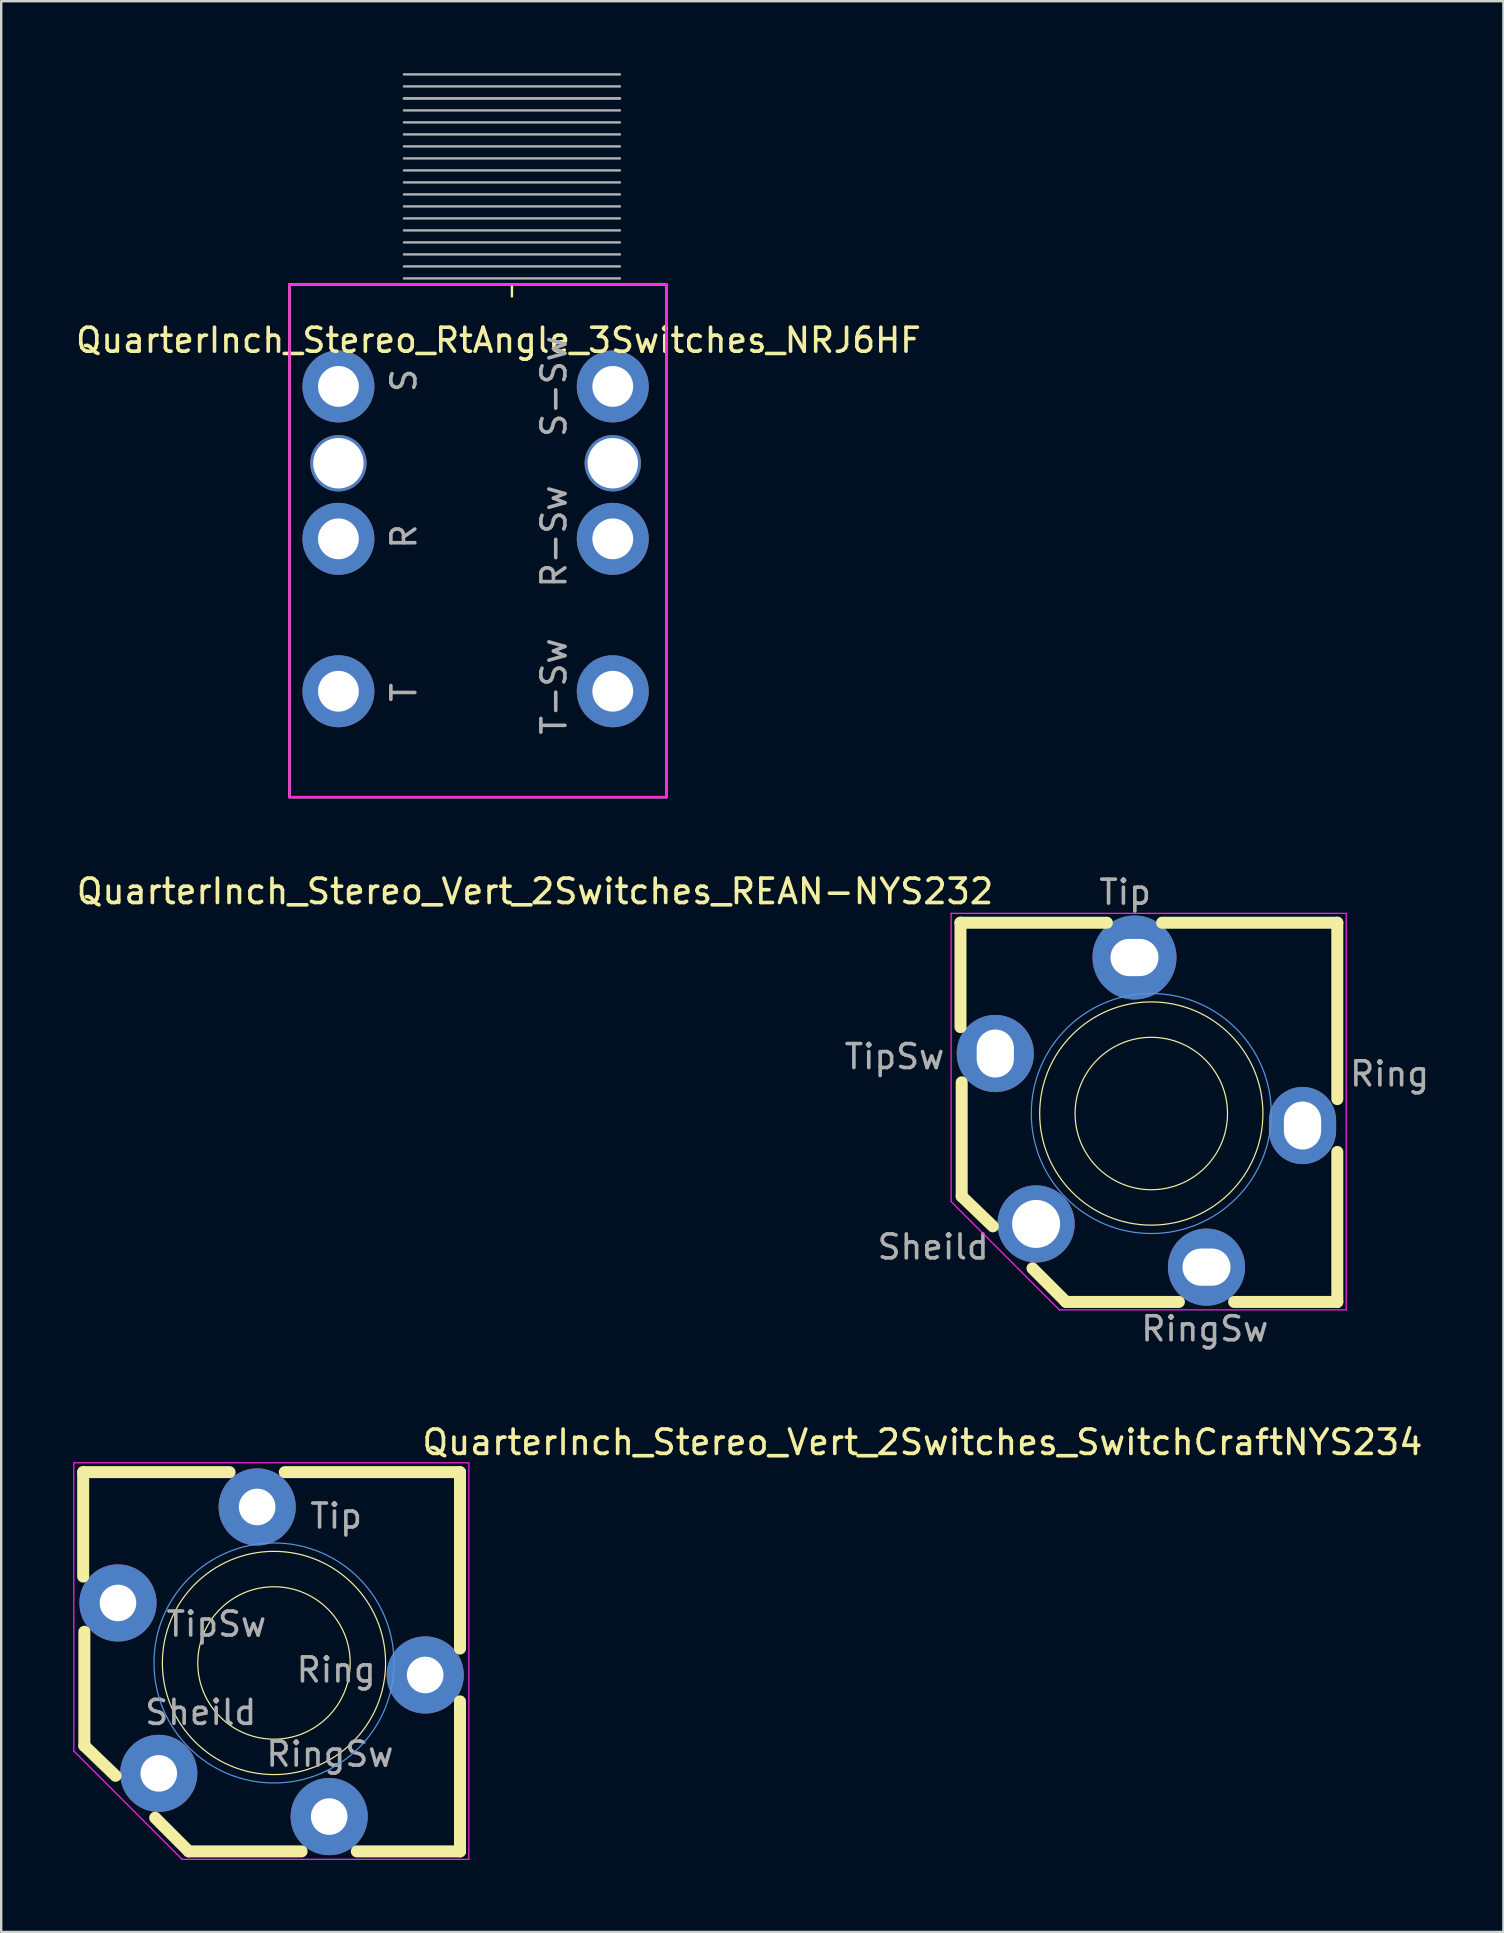
<source format=kicad_pcb>
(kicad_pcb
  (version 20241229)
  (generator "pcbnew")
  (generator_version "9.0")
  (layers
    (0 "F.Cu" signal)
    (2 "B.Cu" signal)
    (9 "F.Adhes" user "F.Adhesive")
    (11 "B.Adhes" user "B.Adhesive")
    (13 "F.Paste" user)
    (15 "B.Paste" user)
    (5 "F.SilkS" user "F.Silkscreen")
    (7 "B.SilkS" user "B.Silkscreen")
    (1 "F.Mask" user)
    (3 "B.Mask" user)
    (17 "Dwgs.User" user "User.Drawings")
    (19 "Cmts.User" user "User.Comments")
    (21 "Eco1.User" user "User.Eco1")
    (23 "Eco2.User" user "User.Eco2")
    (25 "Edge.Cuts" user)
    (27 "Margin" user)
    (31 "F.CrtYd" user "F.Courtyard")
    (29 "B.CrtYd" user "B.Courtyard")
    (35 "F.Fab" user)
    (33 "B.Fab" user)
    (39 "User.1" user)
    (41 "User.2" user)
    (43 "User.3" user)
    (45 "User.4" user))
  (footprint "QuarterInch_Stereo_Vert_2Switches_SwitchCraftNYS234"
    (layer "F.Cu")
    (at 8.365 66.235)
    (property "Reference" "QuarterInch_Stereo_Vert_2Switches_SwitchCraftNYS234" (at 6.09 -8.6 0) (layer "F.SilkS") (effects (font (size 1.016 1.016) (thickness 0.152)) (justify left bottom)))
    (attr through_hole)
    (fp_line (start -7.95 -7.95) (end -1.85 -7.95) (stroke (width 0.5) (type solid)) (layer "F.SilkS"))
    (fp_line (start -7.95 -3.6) (end -7.95 -7.95) (stroke (width 0.5) (type solid)) (layer "F.SilkS"))
    (fp_line (start -7.9 3.45) (end -7.9 -1.3) (stroke (width 0.5) (type solid)) (layer "F.SilkS"))
    (fp_line (start -6.6 4.7) (end -7.9 3.45) (stroke (width 0.5) (type solid)) (layer "F.SilkS"))
    (fp_line (start -3.55 7.85) (end -4.95 6.45) (stroke (width 0.5) (type solid)) (layer "F.SilkS"))
    (fp_line (start 0.45 -7.95) (end 7.75 -7.95) (stroke (width 0.5) (type solid)) (layer "F.SilkS"))
    (fp_line (start 1.15 7.85) (end -3.55 7.85) (stroke (width 0.5) (type solid)) (layer "F.SilkS"))
    (fp_line (start 7.75 -7.95) (end 7.75 -0.6) (stroke (width 0.5) (type solid)) (layer "F.SilkS"))
    (fp_line (start 7.75 1.6) (end 7.75 7.85) (stroke (width 0.5) (type solid)) (layer "F.SilkS"))
    (fp_line (start 7.75 7.85) (end 3.45 7.85) (stroke (width 0.5) (type solid)) (layer "F.SilkS"))
    (fp_circle (center 0 0) (end -4.65 0) (stroke (width 0.05) (type solid)) (fill no) (layer "F.SilkS"))
    (fp_circle (center 0 0) (end -3.175 0) (stroke (width 0.05) (type solid)) (fill no) (layer "F.SilkS"))
    (fp_circle (center 0 0) (end 0 -5) (stroke (width 0.05) (type solid)) (fill no) (layer "Cmts.User"))
    (fp_line (start -8.34 -8.34) (end 8.12 -8.34) (stroke (width 0.05) (type solid)) (layer "F.CrtYd"))
    (fp_line (start -8.34 3.67) (end -8.34 -8.32) (stroke (width 0.05) (type solid)) (layer "F.CrtYd"))
    (fp_line (start -3.83 8.18) (end -8.34 3.67) (stroke (width 0.05) (type solid)) (layer "F.CrtYd"))
    (fp_line (start 8.12 -8.34) (end 8.12 8.18) (stroke (width 0.05) (type solid)) (layer "F.CrtYd"))
    (fp_line (start 8.12 8.18) (end -3.83 8.18) (stroke (width 0.05) (type solid)) (layer "F.CrtYd"))
    (fp_text user "RingSw" (at -0.41 3.8 0) (layer "F.Fab") (effects (font (size 1 1) (thickness 0.15)) (justify left)))
    (fp_text user "Tip" (at 1.42 -6.12 180) (layer "F.Fab") (effects (font (size 1 1) (thickness 0.15)) (justify left)))
    (fp_text user "TipSw" (at -4.57 -1.62 0) (layer "F.Fab") (effects (font (size 1 1) (thickness 0.15)) (justify left)))
    (fp_text user "Ring" (at 0.85 0.29 0) (layer "F.Fab") (effects (font (size 1 1) (thickness 0.15)) (justify left)))
    (fp_text user "Sheild" (at -5.46 2.06 0) (layer "F.Fab") (effects (font (size 1 1) (thickness 0.15)) (justify left)))
    (pad "1" thru_hole circle (at -4.8 4.6 270) (size 3.216 3.216) (drill 1.524) (layers "*.Cu" "*.Mask"))
    (pad "2" thru_hole circle (at -0.7 -6.5 270) (size 3.216 3.216) (drill 1.524) (layers "*.Cu" "*.Mask"))
    (pad "3" thru_hole circle (at 6.3 0.5 270) (size 3.216 3.216) (drill 1.524) (layers "*.Cu" "*.Mask"))
    (pad "R3" thru_hole circle (at 2.3 6.4 270) (size 3.216 3.216) (drill 1.524) (layers "*.Cu" "*.Mask"))
    (pad "T2" thru_hole circle (at -6.5 -2.5 270) (size 3.216 3.216) (drill 1.524) (layers "*.Cu" "*.Mask")))
  (footprint "QuarterInch_Stereo_RtAngle_3Switches_NRJ6HF"
    (layer "F.Cu")
    (at 18.279 8.8)
    (property "Reference" "QuarterInch_Stereo_RtAngle_3Switches_NRJ6HF" (at -0.559 2.327 0) (layer "F.SilkS") (effects (font (size 1 1) (thickness 0.15))))
    (attr through_hole)
    (fp_line (start -9.269 0) (end -9.269 21.36) (stroke (width 0.1) (type solid)) (layer "F.SilkS"))
    (fp_line (start -9.269 0) (end 6.431 0) (stroke (width 0.1) (type solid)) (layer "F.SilkS"))
    (fp_line (start -9.269 21.36) (end 6.431 21.36) (stroke (width 0.1) (type solid)) (layer "F.SilkS"))
    (fp_line (start 0 0.5) (end 0 0) (stroke (width 0.1) (type solid)) (layer "F.SilkS"))
    (fp_line (start 6.431 0) (end 6.431 21.36) (stroke (width 0.1) (type solid)) (layer "F.SilkS"))
    (fp_line (start -9.269 0) (end -9.269 21.36) (stroke (width 0.1) (type solid)) (layer "F.CrtYd"))
    (fp_line (start -9.269 0) (end 6.431 0) (stroke (width 0.1) (type solid)) (layer "F.CrtYd"))
    (fp_line (start -9.269 21.36) (end 6.431 21.36) (stroke (width 0.1) (type solid)) (layer "F.CrtYd"))
    (fp_line (start 6.431 0) (end 6.431 21.36) (stroke (width 0.1) (type solid)) (layer "F.CrtYd"))
    (fp_line (start -4.499 -8.75) (end 4.501 -8.75) (stroke (width 0.1) (type solid)) (layer "F.Fab"))
    (fp_line (start -4.499 -8.25) (end 4.501 -8.25) (stroke (width 0.1) (type solid)) (layer "F.Fab"))
    (fp_line (start -4.499 -7.75) (end 4.501 -7.75) (stroke (width 0.1) (type solid)) (layer "F.Fab"))
    (fp_line (start -4.499 -7.75) (end 4.501 -7.75) (stroke (width 0.1) (type solid)) (layer "F.Fab"))
    (fp_line (start -4.499 -7.25) (end 4.501 -7.25) (stroke (width 0.1) (type solid)) (layer "F.Fab"))
    (fp_line (start -4.499 -6.75) (end 4.501 -6.75) (stroke (width 0.1) (type solid)) (layer "F.Fab"))
    (fp_line (start -4.499 -6.25) (end 4.501 -6.25) (stroke (width 0.1) (type solid)) (layer "F.Fab"))
    (fp_line (start -4.499 -5.75) (end 4.501 -5.75) (stroke (width 0.1) (type solid)) (layer "F.Fab"))
    (fp_line (start -4.499 -5.25) (end 4.501 -5.25) (stroke (width 0.1) (type solid)) (layer "F.Fab"))
    (fp_line (start -4.499 -4.75) (end 4.501 -4.75) (stroke (width 0.1) (type solid)) (layer "F.Fab"))
    (fp_line (start -4.499 -4.25) (end 4.501 -4.25) (stroke (width 0.1) (type solid)) (layer "F.Fab"))
    (fp_line (start -4.499 -3.75) (end 4.501 -3.75) (stroke (width 0.1) (type solid)) (layer "F.Fab"))
    (fp_line (start -4.499 -3.25) (end 4.501 -3.25) (stroke (width 0.1) (type solid)) (layer "F.Fab"))
    (fp_line (start -4.499 -2.75) (end 4.501 -2.75) (stroke (width 0.1) (type solid)) (layer "F.Fab"))
    (fp_line (start -4.499 -2.25) (end 4.501 -2.25) (stroke (width 0.1) (type solid)) (layer "F.Fab"))
    (fp_line (start -4.499 -1.75) (end 4.501 -1.75) (stroke (width 0.1) (type solid)) (layer "F.Fab"))
    (fp_line (start -4.499 -1.25) (end 4.501 -1.25) (stroke (width 0.1) (type solid)) (layer "F.Fab"))
    (fp_line (start -4.499 -0.75) (end 4.501 -0.75) (stroke (width 0.1) (type solid)) (layer "F.Fab"))
    (fp_line (start -4.499 -0.25) (end 4.501 -0.25) (stroke (width 0.1) (type solid)) (layer "F.Fab"))
    (fp_text user "S-Sw" (at 1.751 4.25 90) (layer "F.Fab") (effects (font (size 1 1) (thickness 0.15))))
    (fp_text user "R-Sw" (at 1.751 10.5 90) (layer "F.Fab") (effects (font (size 1 1) (thickness 0.15))))
    (fp_text user "T-Sw" (at 1.751 16.75 90) (layer "F.Fab") (effects (font (size 1 1) (thickness 0.15))))
    (fp_text user "T" (at -4.499 17 90) (layer "F.Fab") (effects (font (size 1 1) (thickness 0.15))))
    (fp_text user "S" (at -4.499 4 90) (layer "F.Fab") (effects (font (size 1 1) (thickness 0.15))))
    (fp_text user "R" (at -4.499 10.5 90) (layer "F.Fab") (effects (font (size 1 1) (thickness 0.15))))
    (pad "1" thru_hole circle (at -7.229 16.95 90) (size 3 3) (drill 1.7) (layers "*.Cu" "*.Mask"))
    (pad "2" thru_hole circle (at -7.229 10.6 90) (size 3 3) (drill 1.7) (layers "*.Cu" "*.Mask"))
    (pad "3" thru_hole circle (at -7.229 4.25 90) (size 3 3) (drill 1.7) (layers "*.Cu" "*.Mask"))
    (pad "4" thru_hole circle (at 4.201 16.95 90) (size 3 3) (drill 1.7) (layers "*.Cu" "*.Mask"))
    (pad "5" thru_hole circle (at 4.201 10.6 90) (size 3 3) (drill 1.7) (layers "*.Cu" "*.Mask"))
    (pad "6" thru_hole circle (at 4.201 4.25 90) (size 3 3) (drill 1.7) (layers "*.Cu" "*.Mask"))
    (pad "7" thru_hole circle (at -7.229 7.45 90) (size 2.35 2.35) (drill 2.1) (layers "*.Cu" "*.Mask"))
    (pad "8" thru_hole circle (at 4.201 7.45 90) (size 2.35 2.35) (drill 2.1) (layers "*.Cu" "*.Mask")))
  (footprint "QuarterInch_Stereo_Vert_2Switches_REAN-NYS232"
    (layer "F.Cu")
    (at 44.917 43.343)
    (property "Reference" "QuarterInch_Stereo_Vert_2Switches_REAN-NYS232" (at -6.49 -8.66 180) (layer "F.SilkS") (effects (font (size 1.016 1.016) (thickness 0.152)) (justify right bottom)))
    (attr through_hole)
    (fp_line (start -7.95 -7.95) (end -1.85 -7.95) (stroke (width 0.5) (type solid)) (layer "F.SilkS"))
    (fp_line (start -7.95 -3.6) (end -7.95 -7.95) (stroke (width 0.5) (type solid)) (layer "F.SilkS"))
    (fp_line (start -7.9 3.45) (end -7.9 -1.3) (stroke (width 0.5) (type solid)) (layer "F.SilkS"))
    (fp_line (start -6.6 4.7) (end -7.9 3.45) (stroke (width 0.5) (type solid)) (layer "F.SilkS"))
    (fp_line (start -3.55 7.85) (end -4.95 6.45) (stroke (width 0.5) (type solid)) (layer "F.SilkS"))
    (fp_line (start 0.45 -7.95) (end 7.75 -7.95) (stroke (width 0.5) (type solid)) (layer "F.SilkS"))
    (fp_line (start 1.15 7.85) (end -3.55 7.85) (stroke (width 0.5) (type solid)) (layer "F.SilkS"))
    (fp_line (start 7.75 -7.95) (end 7.75 -0.6) (stroke (width 0.5) (type solid)) (layer "F.SilkS"))
    (fp_line (start 7.75 1.6) (end 7.75 7.85) (stroke (width 0.5) (type solid)) (layer "F.SilkS"))
    (fp_line (start 7.75 7.85) (end 3.45 7.85) (stroke (width 0.5) (type solid)) (layer "F.SilkS"))
    (fp_circle (center 0 0) (end -4.65 0) (stroke (width 0.05) (type solid)) (fill no) (layer "F.SilkS"))
    (fp_circle (center 0 0) (end -3.175 0) (stroke (width 0.05) (type solid)) (fill no) (layer "F.SilkS"))
    (fp_circle (center 0 0) (end 0 -5) (stroke (width 0.05) (type solid)) (fill no) (layer "Cmts.User"))
    (fp_line (start -8.34 -8.34) (end 8.12 -8.34) (stroke (width 0.05) (type solid)) (layer "F.CrtYd"))
    (fp_line (start -8.34 3.67) (end -8.34 -8.34) (stroke (width 0.05) (type solid)) (layer "F.CrtYd"))
    (fp_line (start -3.83 8.18) (end -8.34 3.67) (stroke (width 0.05) (type solid)) (layer "F.CrtYd"))
    (fp_line (start 8.12 -8.34) (end 8.12 8.18) (stroke (width 0.05) (type solid)) (layer "F.CrtYd"))
    (fp_line (start 8.12 8.18) (end -3.83 8.18) (stroke (width 0.05) (type solid)) (layer "F.CrtYd"))
    (fp_text user "RingSw" (at 4.97 8.97 180) (layer "F.Fab") (effects (font (size 1 1) (thickness 0.15)) (justify right)))
    (fp_text user "Ring" (at 11.67 -1.65 180) (layer "F.Fab") (effects (font (size 1 1) (thickness 0.15)) (justify right)))
    (fp_text user "TipSw" (at -8.53 -2.37 180) (layer "F.Fab") (effects (font (size 1 1) (thickness 0.15)) (justify right)))
    (fp_text user "Sheild" (at -6.68 5.56 180) (layer "F.Fab") (effects (font (size 1 1) (thickness 0.15)) (justify right)))
    (fp_text user "Tip" (at 0.08 -9.22 0) (layer "F.Fab") (effects (font (size 1 1) (thickness 0.15)) (justify right)))
    (pad "1" thru_hole circle (at -0.7 -6.5) (size 3.5 3.5) (drill oval 2 1.55) (layers "*.Cu" "*.Mask"))
    (pad "2" thru_hole circle (at -4.8 4.6 270) (size 3.216 3.216) (drill 2) (layers "*.Cu" "*.Mask"))
    (pad "3" thru_hole oval (at 6.3 0.5 270) (size 3.216 2.8) (drill oval 2 1.55) (layers "*.Cu" "*.Mask"))
    (pad "4" thru_hole circle (at -6.5 -2.5 270) (size 3.216 3.216) (drill oval 2 1.55) (layers "*.Cu" "*.Mask"))
    (pad "5" thru_hole circle (at 2.3 6.4) (size 3.216 3.216) (drill oval 2 1.55) (layers "*.Cu" "*.Mask")))
  (gr_rect
    (start -3 -3)
    (end 59.587 77.44)
    (stroke (width 0.1) (type default))
    (fill no)
    (layer "Edge.Cuts")))
</source>
